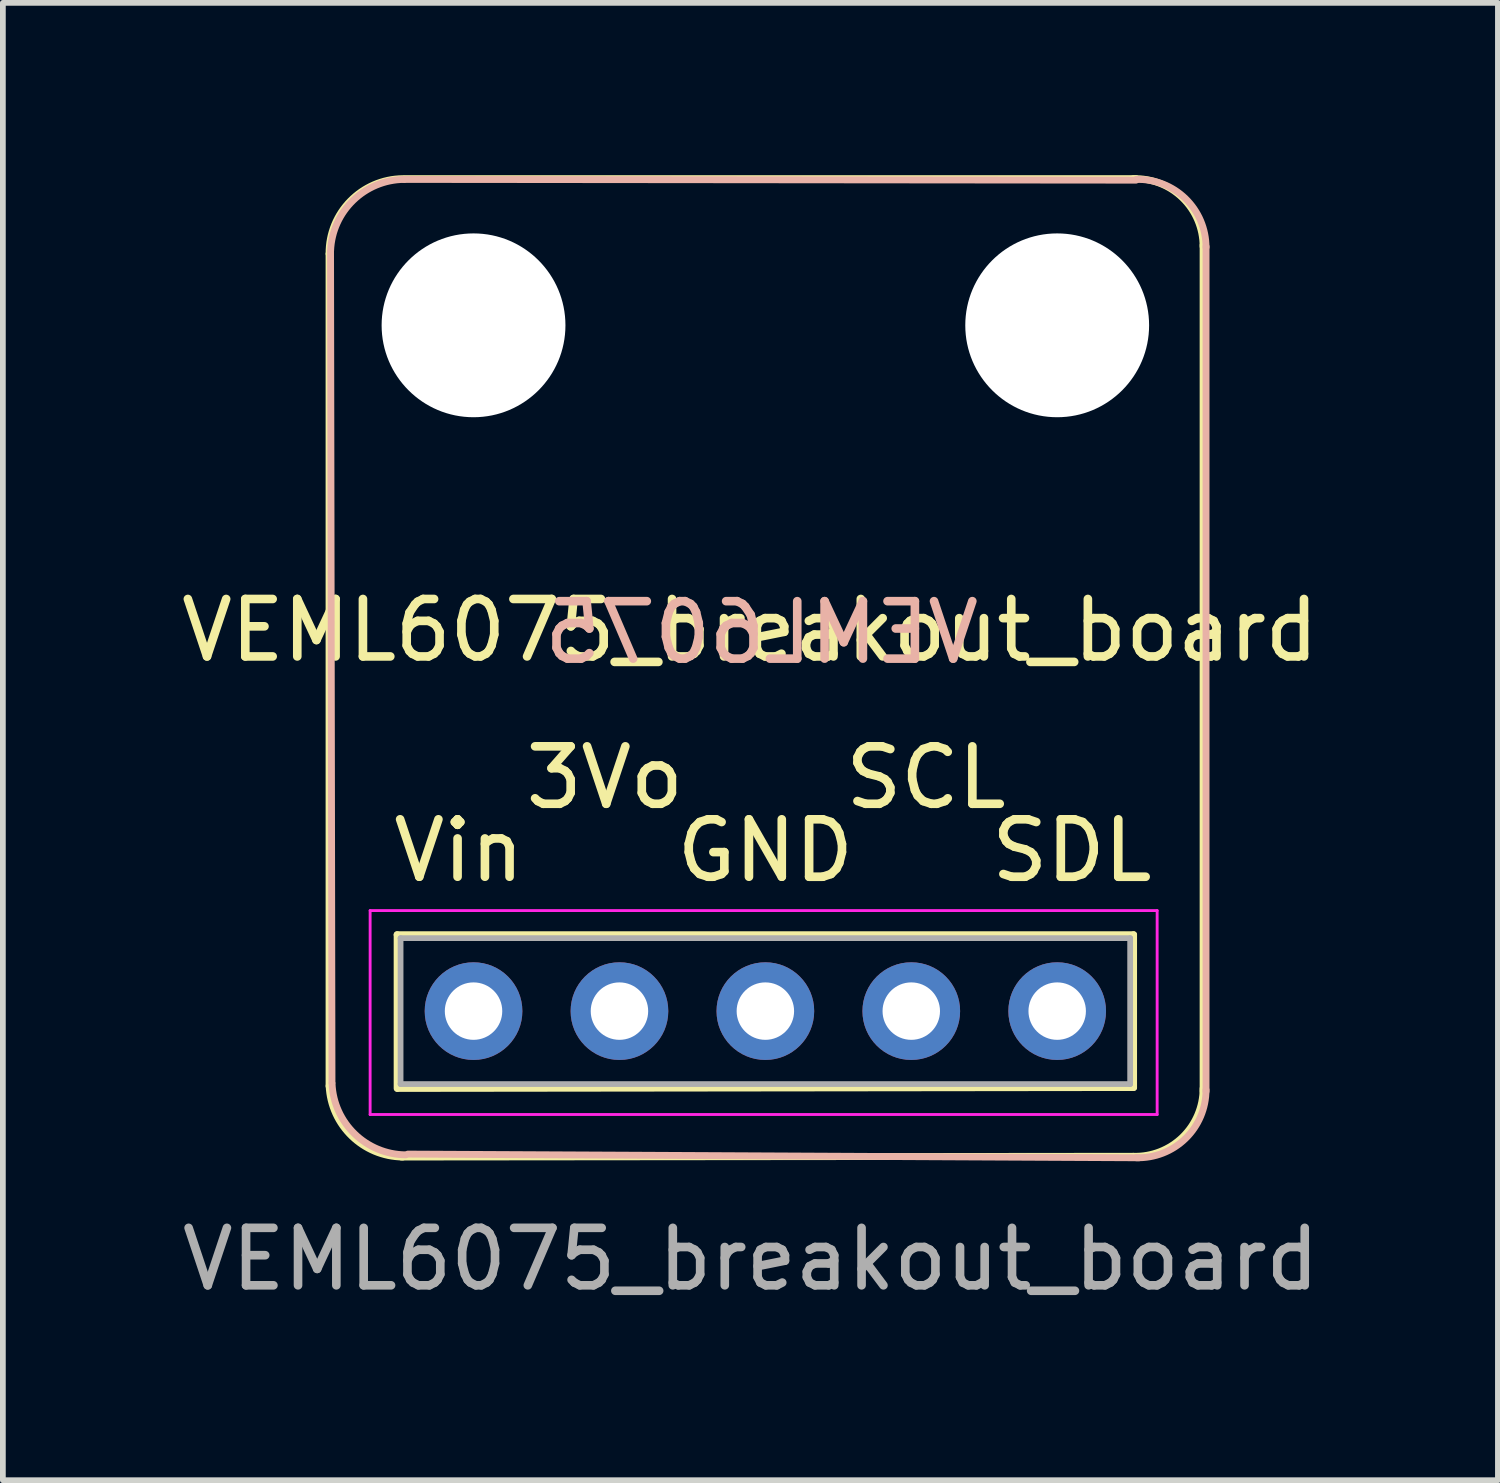
<source format=kicad_pcb>
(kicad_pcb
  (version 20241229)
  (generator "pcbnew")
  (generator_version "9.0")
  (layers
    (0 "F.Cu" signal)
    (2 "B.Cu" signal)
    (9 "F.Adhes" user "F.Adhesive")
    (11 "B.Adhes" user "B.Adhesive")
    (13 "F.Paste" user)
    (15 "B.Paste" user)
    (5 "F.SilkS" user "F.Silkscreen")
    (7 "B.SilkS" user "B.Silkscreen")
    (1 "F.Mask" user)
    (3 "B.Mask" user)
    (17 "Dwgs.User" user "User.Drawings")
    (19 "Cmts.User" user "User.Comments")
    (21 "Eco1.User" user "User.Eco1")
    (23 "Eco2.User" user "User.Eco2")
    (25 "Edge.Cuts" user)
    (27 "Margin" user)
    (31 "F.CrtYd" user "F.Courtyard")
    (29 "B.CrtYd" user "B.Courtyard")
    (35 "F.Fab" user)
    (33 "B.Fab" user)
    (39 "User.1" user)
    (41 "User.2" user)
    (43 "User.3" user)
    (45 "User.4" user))
  (footprint "VEML6075_breakout_board"
    (layer "F.Cu")
    (at 10.273 9.217)
    (property "Reference" "VEML6075_breakout_board" (at -0.267 -1.295 0) (layer "F.SilkS") (effects (font (size 1 1) (thickness 0.15))))
    (attr through_hole)
    (fp_line (start -7.595 6.642) (end -7.595 -7.849) (stroke (width 0.12) (type solid)) (layer "F.SilkS"))
    (fp_line (start -6.41 4.004) (end 6.41 4.004) (stroke (width 0.12) (type solid)) (layer "F.SilkS"))
    (fp_line (start -6.41 6.68) (end -6.41 4.004) (stroke (width 0.12) (type solid)) (layer "F.SilkS"))
    (fp_line (start -6.401 6.68) (end 6.41 6.664) (stroke (width 0.12) (type solid)) (layer "F.SilkS"))
    (fp_line (start -6.274 -9.157) (end 6.452 -9.157) (stroke (width 0.12) (type solid)) (layer "F.SilkS"))
    (fp_line (start 6.401 7.861) (end -6.337 7.874) (stroke (width 0.12) (type solid)) (layer "F.SilkS"))
    (fp_line (start 6.41 6.664) (end 6.41 4.004) (stroke (width 0.12) (type solid)) (layer "F.SilkS"))
    (fp_line (start 7.62 -8.001) (end 7.62 6.731) (stroke (width 0.12) (type solid)) (layer "F.SilkS"))
    (fp_arc (start -7.5946 -7.8486) (mid -7.224167 -8.768306) (end -6.3119 -9.1567) (stroke (width 0.12) (type solid)) (layer "F.SilkS"))
    (fp_arc (start -6.3119 7.874002) (mid -7.200106 7.509511) (end -7.593489 6.633717) (stroke (width 0.12) (type solid)) (layer "F.SilkS"))
    (fp_arc (start 6.405168 -9.156218) (mid 7.262051 -8.822606) (end 7.62 -7.9756) (stroke (width 0.12) (type solid)) (layer "F.SilkS"))
    (fp_arc (start 7.62 6.68066) (mid 7.262322 7.527403) (end 6.405922 7.8613) (stroke (width 0.12) (type solid)) (layer "F.SilkS"))
    (fp_line (start -7.569 -7.887) (end -7.544 6.579) (stroke (width 0.12) (type solid)) (layer "B.SilkS"))
    (fp_line (start -6.223 7.823) (end 6.502 7.887) (stroke (width 0.12) (type solid)) (layer "B.SilkS"))
    (fp_line (start 6.452 -9.131) (end -6.287 -9.144) (stroke (width 0.12) (type solid)) (layer "B.SilkS"))
    (fp_line (start 7.671 6.731) (end 7.671 -7.976) (stroke (width 0.12) (type solid)) (layer "B.SilkS"))
    (fp_arc (start -7.568089 -7.903717) (mid -7.174706 -8.77951) (end -6.2865 -9.144002) (stroke (width 0.12) (type solid)) (layer "B.SilkS"))
    (fp_arc (start -6.261099 7.835899) (mid -7.149177 7.471532) (end -7.542673 6.59597) (stroke (width 0.12) (type solid)) (layer "B.SilkS"))
    (fp_arc (start 6.456722 -9.14354) (mid 7.313122 -8.809643) (end 7.6708 -7.9629) (stroke (width 0.12) (type solid)) (layer "B.SilkS"))
    (fp_arc (start 7.6708 6.7056) (mid 7.312851 7.552606) (end 6.455968 7.886218) (stroke (width 0.12) (type solid)) (layer "B.SilkS"))
    (fp_line (start -6.88 3.584) (end 6.82 3.584) (stroke (width 0.05) (type solid)) (layer "F.CrtYd"))
    (fp_line (start -6.88 7.134) (end -6.88 3.584) (stroke (width 0.05) (type solid)) (layer "F.CrtYd"))
    (fp_line (start 6.82 3.584) (end 6.82 7.134) (stroke (width 0.05) (type solid)) (layer "F.CrtYd"))
    (fp_line (start 6.82 7.134) (end -6.88 7.134) (stroke (width 0.05) (type solid)) (layer "F.CrtYd"))
    (fp_line (start -6.35 4.064) (end 6.35 4.064) (stroke (width 0.1) (type solid)) (layer "F.Fab"))
    (fp_line (start -6.35 6.604) (end -6.35 4.064) (stroke (width 0.1) (type solid)) (layer "F.Fab"))
    (fp_line (start 6.35 4.064) (end 6.35 6.604) (stroke (width 0.1) (type solid)) (layer "F.Fab"))
    (fp_line (start 6.35 6.604) (end -6.35 6.604) (stroke (width 0.1) (type solid)) (layer "F.Fab"))
    (fp_text user "GND" (at 0 2.54 0) (layer "F.SilkS") (effects (font (size 1 1) (thickness 0.15))))
    (fp_text user "3Vo" (at -2.794 1.27 0) (layer "F.SilkS") (effects (font (size 1 1) (thickness 0.15))))
    (fp_text user "SDL" (at 5.334 2.54 0) (layer "F.SilkS") (effects (font (size 1 1) (thickness 0.15))))
    (fp_text user "SCL" (at 2.794 1.27 0) (layer "F.SilkS") (effects (font (size 1 1) (thickness 0.15))))
    (fp_text user "Vin" (at -5.334 2.54 0) (layer "F.SilkS") (effects (font (size 1 1) (thickness 0.15))))
    (fp_text user "VEML6075" (at -0.064 -1.257 0) (layer "B.SilkS") (effects (font (size 1 1) (thickness 0.15)) (justify mirror)))
    (fp_text user "${REFERENCE}" (at -0.254 9.652 180) (layer "F.Fab") (effects (font (size 1 1) (thickness 0.15))))
    (pad "" np_thru_hole circle (at -5.08 -6.604) (size 3.2 3.2) (drill 3.2) (layers "*.Cu" "*.Mask"))
    (pad "" np_thru_hole circle (at 5.08 -6.604) (size 3.2 3.2) (drill 3.2) (layers "*.Cu" "*.Mask"))
    (pad "1" thru_hole circle (at -5.08 5.334 90) (size 1.7 1.7) (drill 1) (layers "*.Cu" "*.Mask"))
    (pad "2" thru_hole oval (at -2.54 5.334 90) (size 1.7 1.7) (drill 1) (layers "*.Cu" "*.Mask"))
    (pad "3" thru_hole oval (at 0 5.334 90) (size 1.7 1.7) (drill 1) (layers "*.Cu" "*.Mask"))
    (pad "4" thru_hole oval (at 2.54 5.334 90) (size 1.7 1.7) (drill 1) (layers "*.Cu" "*.Mask"))
    (pad "5" thru_hole oval (at 5.08 5.334 90) (size 1.7 1.7) (drill 1) (layers "*.Cu" "*.Mask")))
  (gr_rect
    (start -3 -3)
    (end 23.025 22.717)
    (stroke (width 0.1) (type default))
    (fill no)
    (layer "Edge.Cuts")))
</source>
